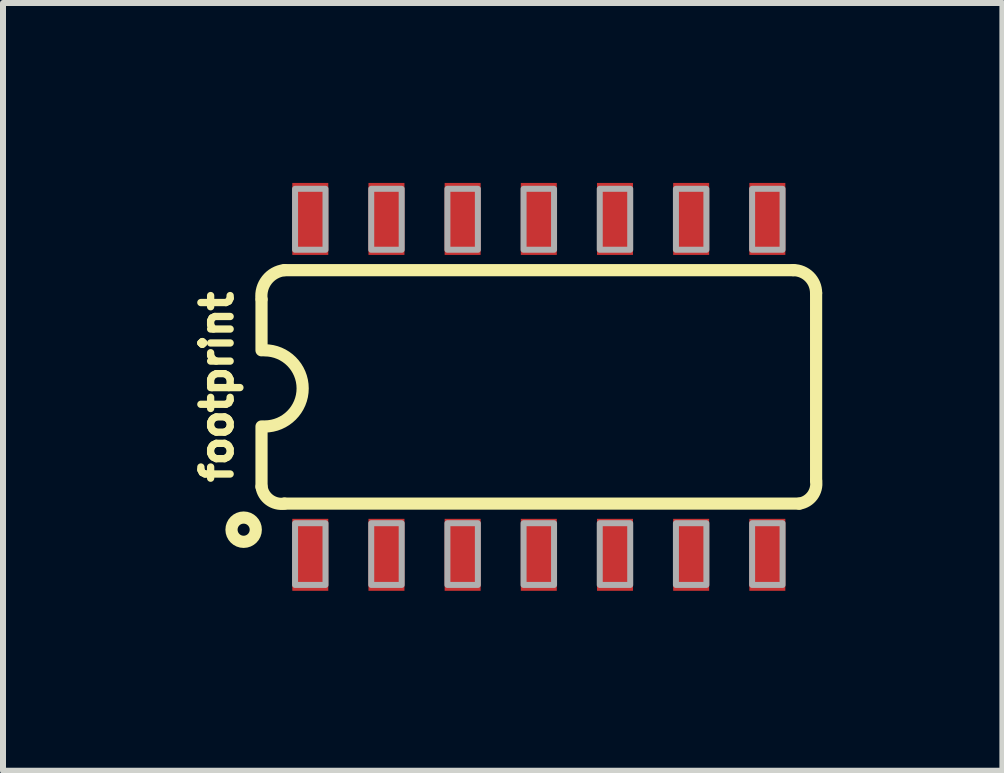
<source format=kicad_pcb>
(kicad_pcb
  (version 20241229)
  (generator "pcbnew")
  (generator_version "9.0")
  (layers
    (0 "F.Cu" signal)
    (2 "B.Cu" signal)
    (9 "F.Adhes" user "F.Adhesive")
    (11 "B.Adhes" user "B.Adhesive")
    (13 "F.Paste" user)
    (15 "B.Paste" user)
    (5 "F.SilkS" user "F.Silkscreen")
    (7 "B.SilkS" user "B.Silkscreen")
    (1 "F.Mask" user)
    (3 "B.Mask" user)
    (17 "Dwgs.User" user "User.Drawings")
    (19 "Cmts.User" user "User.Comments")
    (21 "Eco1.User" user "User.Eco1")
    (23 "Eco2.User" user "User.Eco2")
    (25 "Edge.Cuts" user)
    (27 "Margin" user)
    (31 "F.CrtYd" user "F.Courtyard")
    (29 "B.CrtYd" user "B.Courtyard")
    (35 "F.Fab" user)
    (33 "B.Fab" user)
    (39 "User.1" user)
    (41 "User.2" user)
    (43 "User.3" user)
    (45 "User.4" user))
  (footprint "footprint"
    (layer "F.Cu")
    (at 5.933 3.4)
    (property "Reference" "footprint" (at -5.08 0 90) (layer "F.SilkS") (effects (font (size 0.488 0.488) (thickness 0.122)) (justify bottom)))
    (fp_line (start -4.623 -1.453) (end -4.623 -0.61) (stroke (width 0.203) (type solid)) (layer "F.SilkS"))
    (fp_line (start -4.623 1.665) (end -4.623 0.66) (stroke (width 0.203) (type solid)) (layer "F.SilkS"))
    (fp_line (start -4.242 1.946) (end 4.342 1.946) (stroke (width 0.203) (type solid)) (layer "F.SilkS"))
    (fp_line (start 4.242 -1.946) (end -4.242 -1.946) (stroke (width 0.203) (type solid)) (layer "F.SilkS"))
    (fp_line (start 4.623 1.565) (end 4.623 -1.565) (stroke (width 0.203) (type solid)) (layer "F.SilkS"))
    (fp_arc (start -4.6228 -1.4653) (mid -4.531948 -1.784731) (end -4.2418 -1.9463) (stroke (width 0.2032) (type solid)) (layer "F.SilkS"))
    (fp_arc (start -4.572 -0.6096) (mid -3.937 0.0254) (end -4.572 0.6604) (stroke (width 0.2032) (type solid)) (layer "F.SilkS"))
    (fp_arc (start -4.241799 1.946301) (mid -4.49054 1.884767) (end -4.6228 1.6653) (stroke (width 0.2032) (type solid)) (layer "F.SilkS"))
    (fp_arc (start 4.2418 -1.9463) (mid 4.511237 -1.834736) (end 4.6228 -1.565298) (stroke (width 0.2032) (type solid)) (layer "F.SilkS"))
    (fp_arc (start 4.6228 1.5653) (mid 4.561208 1.813997) (end 4.3418 1.9463) (stroke (width 0.2032) (type solid)) (layer "F.SilkS"))
    (fp_circle (center -4.921 2.381) (end -4.82 2.381) (stroke (width 0.203) (type solid)) (fill no) (layer "F.SilkS"))
    (fp_poly (pts (xy -4.064 -2.286) (xy -3.556 -2.286) (xy -3.556 -3.302) (xy -4.064 -3.302)) (stroke (width 0.1) (type solid)) (fill no) (layer "F.Fab"))
    (fp_poly (pts (xy -4.064 3.302) (xy -3.556 3.302) (xy -3.556 2.273) (xy -4.064 2.273)) (stroke (width 0.1) (type solid)) (fill no) (layer "F.Fab"))
    (fp_poly (pts (xy -2.794 -2.286) (xy -2.286 -2.286) (xy -2.286 -3.302) (xy -2.794 -3.302)) (stroke (width 0.1) (type solid)) (fill no) (layer "F.Fab"))
    (fp_poly (pts (xy -2.794 3.302) (xy -2.286 3.302) (xy -2.286 2.273) (xy -2.794 2.273)) (stroke (width 0.1) (type solid)) (fill no) (layer "F.Fab"))
    (fp_poly (pts (xy -1.524 -2.286) (xy -1.016 -2.286) (xy -1.016 -3.302) (xy -1.524 -3.302)) (stroke (width 0.1) (type solid)) (fill no) (layer "F.Fab"))
    (fp_poly (pts (xy -1.524 3.302) (xy -1.016 3.302) (xy -1.016 2.273) (xy -1.524 2.273)) (stroke (width 0.1) (type solid)) (fill no) (layer "F.Fab"))
    (fp_poly (pts (xy -0.254 -2.286) (xy 0.254 -2.286) (xy 0.254 -3.302) (xy -0.254 -3.302)) (stroke (width 0.1) (type solid)) (fill no) (layer "F.Fab"))
    (fp_poly (pts (xy -0.254 3.302) (xy 0.254 3.302) (xy 0.254 2.273) (xy -0.254 2.273)) (stroke (width 0.1) (type solid)) (fill no) (layer "F.Fab"))
    (fp_poly (pts (xy 1.016 -2.286) (xy 1.524 -2.286) (xy 1.524 -3.302) (xy 1.016 -3.302)) (stroke (width 0.1) (type solid)) (fill no) (layer "F.Fab"))
    (fp_poly (pts (xy 1.016 3.302) (xy 1.524 3.302) (xy 1.524 2.273) (xy 1.016 2.273)) (stroke (width 0.1) (type solid)) (fill no) (layer "F.Fab"))
    (fp_poly (pts (xy 2.286 -2.286) (xy 2.794 -2.286) (xy 2.794 -3.302) (xy 2.286 -3.302)) (stroke (width 0.1) (type solid)) (fill no) (layer "F.Fab"))
    (fp_poly (pts (xy 2.286 3.302) (xy 2.794 3.302) (xy 2.794 2.273) (xy 2.286 2.273)) (stroke (width 0.1) (type solid)) (fill no) (layer "F.Fab"))
    (fp_poly (pts (xy 3.556 -2.286) (xy 4.064 -2.286) (xy 4.064 -3.302) (xy 3.556 -3.302)) (stroke (width 0.1) (type solid)) (fill no) (layer "F.Fab"))
    (fp_poly (pts (xy 3.556 3.302) (xy 4.064 3.302) (xy 4.064 2.273) (xy 3.556 2.273)) (stroke (width 0.1) (type solid)) (fill no) (layer "F.Fab"))
    (pad "1" smd rect (at -3.81 2.8) (size 0.6 1.2) (layers "F.Cu" "F.Mask" "F.Paste"))
    (pad "2" smd rect (at -2.54 2.8) (size 0.6 1.2) (layers "F.Cu" "F.Mask" "F.Paste"))
    (pad "3" smd rect (at -1.27 2.8) (size 0.6 1.2) (layers "F.Cu" "F.Mask" "F.Paste"))
    (pad "4" smd rect (at 0 2.8) (size 0.6 1.2) (layers "F.Cu" "F.Mask" "F.Paste"))
    (pad "5" smd rect (at 1.27 2.8) (size 0.6 1.2) (layers "F.Cu" "F.Mask" "F.Paste"))
    (pad "6" smd rect (at 2.54 2.8) (size 0.6 1.2) (layers "F.Cu" "F.Mask" "F.Paste"))
    (pad "7" smd rect (at 3.81 2.8) (size 0.6 1.2) (layers "F.Cu" "F.Mask" "F.Paste"))
    (pad "8" smd rect (at 3.81 -2.8) (size 0.6 1.2) (layers "F.Cu" "F.Mask" "F.Paste"))
    (pad "9" smd rect (at 2.54 -2.8) (size 0.6 1.2) (layers "F.Cu" "F.Mask" "F.Paste"))
    (pad "10" smd rect (at 1.27 -2.8) (size 0.6 1.2) (layers "F.Cu" "F.Mask" "F.Paste"))
    (pad "11" smd rect (at 0 -2.8) (size 0.6 1.2) (layers "F.Cu" "F.Mask" "F.Paste"))
    (pad "12" smd rect (at -1.27 -2.8) (size 0.6 1.2) (layers "F.Cu" "F.Mask" "F.Paste"))
    (pad "13" smd rect (at -2.54 -2.8) (size 0.6 1.2) (layers "F.Cu" "F.Mask" "F.Paste"))
    (pad "14" smd rect (at -3.81 -2.8) (size 0.6 1.2) (layers "F.Cu" "F.Mask" "F.Paste")))
  (gr_rect
    (start -3 -3)
    (end 13.662 9.8)
    (stroke (width 0.1) (type default))
    (fill no)
    (layer "Edge.Cuts")))
</source>
